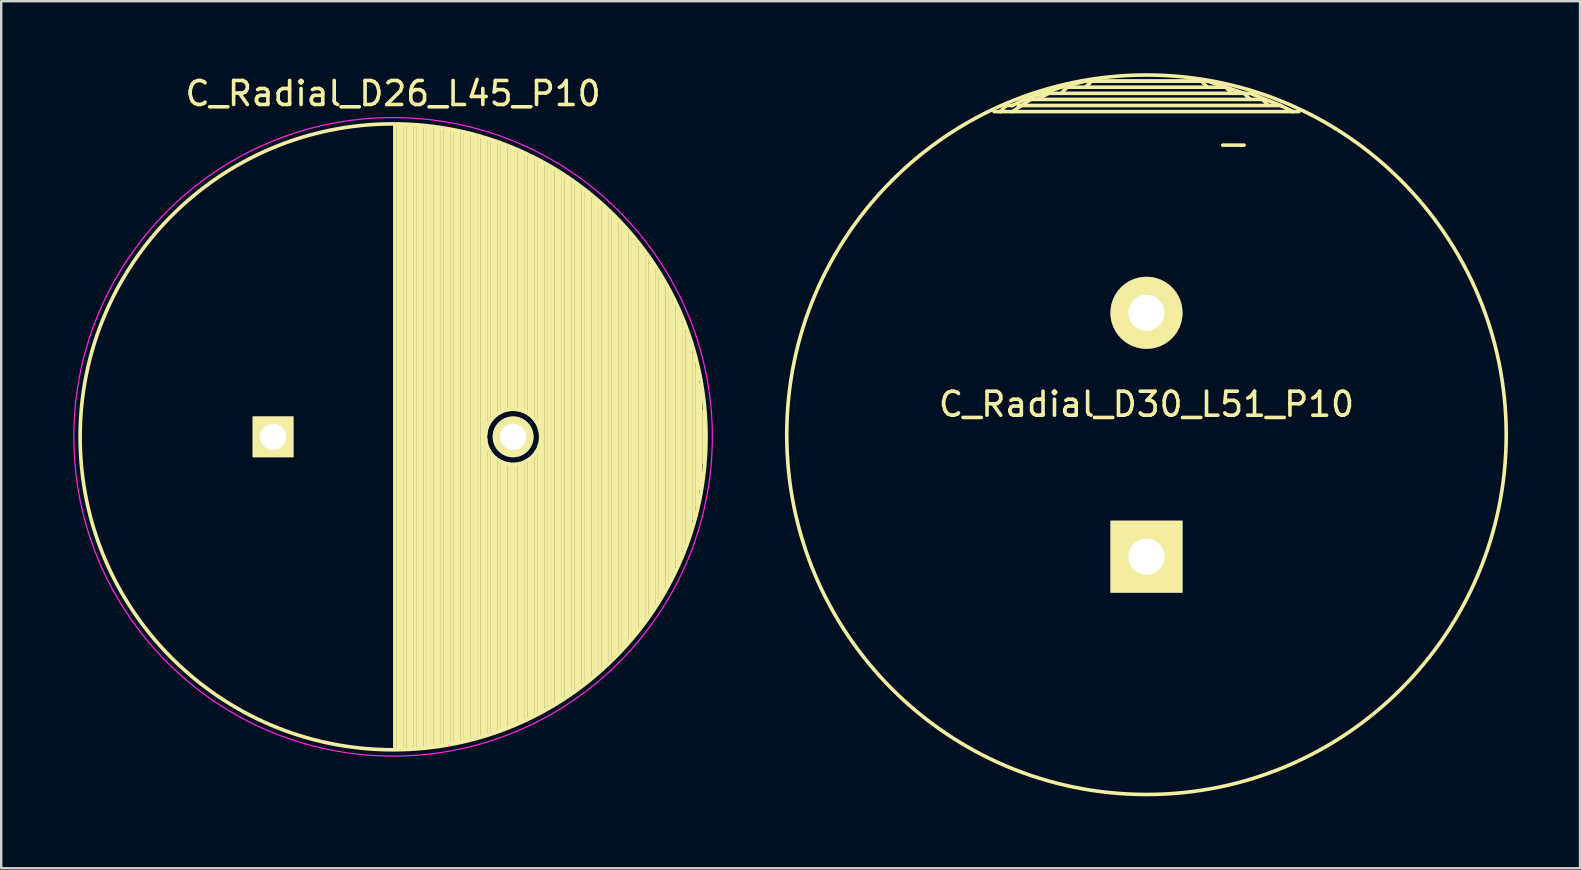
<source format=kicad_pcb>
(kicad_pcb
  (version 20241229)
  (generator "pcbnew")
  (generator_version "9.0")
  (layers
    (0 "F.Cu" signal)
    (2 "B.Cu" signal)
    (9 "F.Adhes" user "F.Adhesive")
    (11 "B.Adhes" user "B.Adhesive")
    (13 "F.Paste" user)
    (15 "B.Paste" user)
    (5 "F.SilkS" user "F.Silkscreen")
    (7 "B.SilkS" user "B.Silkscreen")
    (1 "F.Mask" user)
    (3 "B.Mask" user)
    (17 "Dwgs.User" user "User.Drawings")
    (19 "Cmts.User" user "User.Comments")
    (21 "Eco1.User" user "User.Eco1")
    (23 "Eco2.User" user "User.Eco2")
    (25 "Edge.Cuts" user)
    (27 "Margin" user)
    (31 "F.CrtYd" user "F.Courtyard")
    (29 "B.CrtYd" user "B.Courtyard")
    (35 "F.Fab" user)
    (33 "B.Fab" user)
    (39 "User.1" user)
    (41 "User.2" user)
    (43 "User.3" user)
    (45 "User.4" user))
  (footprint "C_Radial_D30_L51_P10"
    (layer "F.Cu")
    (at 44.711 15.061)
    (property "Reference" "C_Radial_D30_L51_P10" (at 0 -1.27 0) (layer "F.SilkS") (effects (font (size 1 1) (thickness 0.15))))
    (attr through_hole)
    (fp_line (start -6.35 -13.462) (end -6.096 -13.462) (stroke (width 0.15) (type solid)) (layer "F.SilkS"))
    (fp_line (start -6.096 -13.462) (end -5.842 -13.716) (stroke (width 0.15) (type solid)) (layer "F.SilkS"))
    (fp_line (start -5.842 -13.716) (end -5.588 -13.716) (stroke (width 0.15) (type solid)) (layer "F.SilkS"))
    (fp_line (start -5.588 -13.716) (end -5.08 -13.97) (stroke (width 0.15) (type solid)) (layer "F.SilkS"))
    (fp_line (start -5.334 -13.716) (end 5.588 -13.716) (stroke (width 0.15) (type solid)) (layer "F.SilkS"))
    (fp_line (start -5.08 -13.97) (end -3.556 -14.478) (stroke (width 0.15) (type solid)) (layer "F.SilkS"))
    (fp_line (start -4.826 -13.97) (end -5.588 -13.462) (stroke (width 0.15) (type solid)) (layer "F.SilkS"))
    (fp_line (start -4.572 -13.97) (end -4.064 -14.224) (stroke (width 0.15) (type solid)) (layer "F.SilkS"))
    (fp_line (start -4.064 -14.224) (end 4.064 -14.224) (stroke (width 0.15) (type solid)) (layer "F.SilkS"))
    (fp_line (start -3.556 -14.478) (end -2.54 -14.732) (stroke (width 0.15) (type solid)) (layer "F.SilkS"))
    (fp_line (start -3.302 -14.478) (end -3.556 -14.224) (stroke (width 0.15) (type solid)) (layer "F.SilkS"))
    (fp_line (start -2.54 -14.732) (end 2.54 -14.732) (stroke (width 0.15) (type solid)) (layer "F.SilkS"))
    (fp_line (start -2.54 -14.478) (end -2.286 -14.732) (stroke (width 0.15) (type solid)) (layer "F.SilkS"))
    (fp_line (start -2.286 -14.732) (end 2.286 -14.732) (stroke (width 0.15) (type solid)) (layer "F.SilkS"))
    (fp_line (start 2.286 -14.732) (end 2.54 -14.478) (stroke (width 0.15) (type solid)) (layer "F.SilkS"))
    (fp_line (start 2.54 -14.732) (end 4.064 -14.224) (stroke (width 0.15) (type solid)) (layer "F.SilkS"))
    (fp_line (start 3.175 -12.065) (end 4.064 -12.065) (stroke (width 0.15) (type solid)) (layer "F.SilkS"))
    (fp_line (start 3.302 -14.478) (end -3.302 -14.478) (stroke (width 0.15) (type solid)) (layer "F.SilkS"))
    (fp_line (start 3.556 -14.224) (end 3.302 -14.478) (stroke (width 0.15) (type solid)) (layer "F.SilkS"))
    (fp_line (start 4.064 -14.224) (end 4.318 -14.224) (stroke (width 0.15) (type solid)) (layer "F.SilkS"))
    (fp_line (start 4.064 -14.224) (end 4.318 -13.97) (stroke (width 0.15) (type solid)) (layer "F.SilkS"))
    (fp_line (start 4.318 -14.224) (end 5.588 -13.716) (stroke (width 0.15) (type solid)) (layer "F.SilkS"))
    (fp_line (start 4.826 -13.97) (end -4.826 -13.97) (stroke (width 0.15) (type solid)) (layer "F.SilkS"))
    (fp_line (start 5.08 -13.716) (end 4.826 -13.97) (stroke (width 0.15) (type solid)) (layer "F.SilkS"))
    (fp_line (start 5.588 -13.716) (end 6.096 -13.462) (stroke (width 0.15) (type solid)) (layer "F.SilkS"))
    (fp_line (start 6.096 -13.462) (end -6.096 -13.462) (stroke (width 0.15) (type solid)) (layer "F.SilkS"))
    (fp_line (start 6.096 -13.462) (end 6.35 -13.462) (stroke (width 0.15) (type solid)) (layer "F.SilkS"))
    (fp_circle (center 0 0) (end 14.986 0) (stroke (width 0.15) (type solid)) (fill no) (layer "F.SilkS"))
    (pad "1" thru_hole rect (at 0 5.08) (size 3 3) (drill 1.501) (layers "*.Cu" "*.Mask" "F.SilkS"))
    (pad "2" thru_hole circle (at 0 -5.08) (size 3 3) (drill 1.501) (layers "*.Cu" "*.Mask" "F.SilkS")))
  (footprint "C_Radial_D26_L45_P10"
    (layer "F.Cu")
    (at 8.325 15.148)
    (property "Reference" "C_Radial_D26_L45_P10" (at 5 -14.3 0) (layer "F.SilkS") (effects (font (size 1 1) (thickness 0.15))))
    (attr through_hole)
    (fp_line (start 5.075 -13) (end 5.075 13) (stroke (width 0.15) (type solid)) (layer "F.SilkS"))
    (fp_line (start 5.215 -12.998) (end 5.215 12.998) (stroke (width 0.15) (type solid)) (layer "F.SilkS"))
    (fp_line (start 5.355 -12.995) (end 5.355 12.995) (stroke (width 0.15) (type solid)) (layer "F.SilkS"))
    (fp_line (start 5.495 -12.991) (end 5.495 12.991) (stroke (width 0.15) (type solid)) (layer "F.SilkS"))
    (fp_line (start 5.635 -12.984) (end 5.635 12.984) (stroke (width 0.15) (type solid)) (layer "F.SilkS"))
    (fp_line (start 5.775 -12.977) (end 5.775 12.977) (stroke (width 0.15) (type solid)) (layer "F.SilkS"))
    (fp_line (start 5.915 -12.968) (end 5.915 12.968) (stroke (width 0.15) (type solid)) (layer "F.SilkS"))
    (fp_line (start 6.055 -12.957) (end 6.055 12.957) (stroke (width 0.15) (type solid)) (layer "F.SilkS"))
    (fp_line (start 6.195 -12.945) (end 6.195 12.945) (stroke (width 0.15) (type solid)) (layer "F.SilkS"))
    (fp_line (start 6.335 -12.931) (end 6.335 12.931) (stroke (width 0.15) (type solid)) (layer "F.SilkS"))
    (fp_line (start 6.475 -12.916) (end 6.475 12.916) (stroke (width 0.15) (type solid)) (layer "F.SilkS"))
    (fp_line (start 6.615 -12.899) (end 6.615 12.899) (stroke (width 0.15) (type solid)) (layer "F.SilkS"))
    (fp_line (start 6.755 -12.881) (end 6.755 12.881) (stroke (width 0.15) (type solid)) (layer "F.SilkS"))
    (fp_line (start 6.895 -12.861) (end 6.895 12.861) (stroke (width 0.15) (type solid)) (layer "F.SilkS"))
    (fp_line (start 7.035 -12.84) (end 7.035 12.84) (stroke (width 0.15) (type solid)) (layer "F.SilkS"))
    (fp_line (start 7.175 -12.817) (end 7.175 12.817) (stroke (width 0.15) (type solid)) (layer "F.SilkS"))
    (fp_line (start 7.315 -12.792) (end 7.315 12.792) (stroke (width 0.15) (type solid)) (layer "F.SilkS"))
    (fp_line (start 7.455 -12.766) (end 7.455 12.766) (stroke (width 0.15) (type solid)) (layer "F.SilkS"))
    (fp_line (start 7.595 -12.738) (end 7.595 12.738) (stroke (width 0.15) (type solid)) (layer "F.SilkS"))
    (fp_line (start 7.735 -12.709) (end 7.735 12.709) (stroke (width 0.15) (type solid)) (layer "F.SilkS"))
    (fp_line (start 7.875 -12.678) (end 7.875 12.678) (stroke (width 0.15) (type solid)) (layer "F.SilkS"))
    (fp_line (start 8.015 -12.646) (end 8.015 12.646) (stroke (width 0.15) (type solid)) (layer "F.SilkS"))
    (fp_line (start 8.155 -12.611) (end 8.155 12.611) (stroke (width 0.15) (type solid)) (layer "F.SilkS"))
    (fp_line (start 8.295 -12.575) (end 8.295 12.575) (stroke (width 0.15) (type solid)) (layer "F.SilkS"))
    (fp_line (start 8.435 -12.538) (end 8.435 12.538) (stroke (width 0.15) (type solid)) (layer "F.SilkS"))
    (fp_line (start 8.575 -12.499) (end 8.575 12.499) (stroke (width 0.15) (type solid)) (layer "F.SilkS"))
    (fp_line (start 8.715 -12.458) (end 8.715 12.458) (stroke (width 0.15) (type solid)) (layer "F.SilkS"))
    (fp_line (start 8.855 -12.415) (end 8.855 -0.107) (stroke (width 0.15) (type solid)) (layer "F.SilkS"))
    (fp_line (start 8.855 0.107) (end 8.855 12.415) (stroke (width 0.15) (type solid)) (layer "F.SilkS"))
    (fp_line (start 8.995 -12.371) (end 8.995 -0.559) (stroke (width 0.15) (type solid)) (layer "F.SilkS"))
    (fp_line (start 8.995 0.559) (end 8.995 12.371) (stroke (width 0.15) (type solid)) (layer "F.SilkS"))
    (fp_line (start 9.135 -12.325) (end 9.135 -0.758) (stroke (width 0.15) (type solid)) (layer "F.SilkS"))
    (fp_line (start 9.135 0.758) (end 9.135 12.325) (stroke (width 0.15) (type solid)) (layer "F.SilkS"))
    (fp_line (start 9.275 -12.277) (end 9.275 -0.893) (stroke (width 0.15) (type solid)) (layer "F.SilkS"))
    (fp_line (start 9.275 0.893) (end 9.275 12.277) (stroke (width 0.15) (type solid)) (layer "F.SilkS"))
    (fp_line (start 9.415 -12.227) (end 9.415 -0.99) (stroke (width 0.15) (type solid)) (layer "F.SilkS"))
    (fp_line (start 9.415 0.99) (end 9.415 12.227) (stroke (width 0.15) (type solid)) (layer "F.SilkS"))
    (fp_line (start 9.555 -12.176) (end 9.555 -1.06) (stroke (width 0.15) (type solid)) (layer "F.SilkS"))
    (fp_line (start 9.555 1.06) (end 9.555 12.176) (stroke (width 0.15) (type solid)) (layer "F.SilkS"))
    (fp_line (start 9.695 -12.123) (end 9.695 -1.109) (stroke (width 0.15) (type solid)) (layer "F.SilkS"))
    (fp_line (start 9.695 1.109) (end 9.695 12.123) (stroke (width 0.15) (type solid)) (layer "F.SilkS"))
    (fp_line (start 9.835 -12.067) (end 9.835 -1.138) (stroke (width 0.15) (type solid)) (layer "F.SilkS"))
    (fp_line (start 9.835 1.138) (end 9.835 12.067) (stroke (width 0.15) (type solid)) (layer "F.SilkS"))
    (fp_line (start 9.975 -12.01) (end 9.975 -1.15) (stroke (width 0.15) (type solid)) (layer "F.SilkS"))
    (fp_line (start 9.975 1.15) (end 9.975 12.01) (stroke (width 0.15) (type solid)) (layer "F.SilkS"))
    (fp_line (start 10.115 -11.951) (end 10.115 -1.144) (stroke (width 0.15) (type solid)) (layer "F.SilkS"))
    (fp_line (start 10.115 1.144) (end 10.115 11.951) (stroke (width 0.15) (type solid)) (layer "F.SilkS"))
    (fp_line (start 10.255 -11.891) (end 10.255 -1.121) (stroke (width 0.15) (type solid)) (layer "F.SilkS"))
    (fp_line (start 10.255 1.121) (end 10.255 11.891) (stroke (width 0.15) (type solid)) (layer "F.SilkS"))
    (fp_line (start 10.395 -11.828) (end 10.395 -1.08) (stroke (width 0.15) (type solid)) (layer "F.SilkS"))
    (fp_line (start 10.395 1.08) (end 10.395 11.828) (stroke (width 0.15) (type solid)) (layer "F.SilkS"))
    (fp_line (start 10.535 -11.763) (end 10.535 -1.018) (stroke (width 0.15) (type solid)) (layer "F.SilkS"))
    (fp_line (start 10.535 1.018) (end 10.535 11.763) (stroke (width 0.15) (type solid)) (layer "F.SilkS"))
    (fp_line (start 10.675 -11.696) (end 10.675 -0.931) (stroke (width 0.15) (type solid)) (layer "F.SilkS"))
    (fp_line (start 10.675 0.931) (end 10.675 11.696) (stroke (width 0.15) (type solid)) (layer "F.SilkS"))
    (fp_line (start 10.815 -11.627) (end 10.815 -0.811) (stroke (width 0.15) (type solid)) (layer "F.SilkS"))
    (fp_line (start 10.815 0.811) (end 10.815 11.627) (stroke (width 0.15) (type solid)) (layer "F.SilkS"))
    (fp_line (start 10.955 -11.556) (end 10.955 -0.641) (stroke (width 0.15) (type solid)) (layer "F.SilkS"))
    (fp_line (start 10.955 0.641) (end 10.955 11.556) (stroke (width 0.15) (type solid)) (layer "F.SilkS"))
    (fp_line (start 11.095 -11.483) (end 11.095 -0.351) (stroke (width 0.15) (type solid)) (layer "F.SilkS"))
    (fp_line (start 11.095 0.351) (end 11.095 11.483) (stroke (width 0.15) (type solid)) (layer "F.SilkS"))
    (fp_line (start 11.235 -11.407) (end 11.235 11.407) (stroke (width 0.15) (type solid)) (layer "F.SilkS"))
    (fp_line (start 11.375 -11.33) (end 11.375 11.33) (stroke (width 0.15) (type solid)) (layer "F.SilkS"))
    (fp_line (start 11.515 -11.25) (end 11.515 11.25) (stroke (width 0.15) (type solid)) (layer "F.SilkS"))
    (fp_line (start 11.655 -11.167) (end 11.655 11.167) (stroke (width 0.15) (type solid)) (layer "F.SilkS"))
    (fp_line (start 11.795 -11.083) (end 11.795 11.083) (stroke (width 0.15) (type solid)) (layer "F.SilkS"))
    (fp_line (start 11.935 -10.996) (end 11.935 10.996) (stroke (width 0.15) (type solid)) (layer "F.SilkS"))
    (fp_line (start 12.075 -10.906) (end 12.075 10.906) (stroke (width 0.15) (type solid)) (layer "F.SilkS"))
    (fp_line (start 12.215 -10.814) (end 12.215 10.814) (stroke (width 0.15) (type solid)) (layer "F.SilkS"))
    (fp_line (start 12.355 -10.719) (end 12.355 10.719) (stroke (width 0.15) (type solid)) (layer "F.SilkS"))
    (fp_line (start 12.495 -10.622) (end 12.495 10.622) (stroke (width 0.15) (type solid)) (layer "F.SilkS"))
    (fp_line (start 12.635 -10.522) (end 12.635 10.522) (stroke (width 0.15) (type solid)) (layer "F.SilkS"))
    (fp_line (start 12.775 -10.419) (end 12.775 10.419) (stroke (width 0.15) (type solid)) (layer "F.SilkS"))
    (fp_line (start 12.915 -10.313) (end 12.915 10.313) (stroke (width 0.15) (type solid)) (layer "F.SilkS"))
    (fp_line (start 13.055 -10.204) (end 13.055 10.204) (stroke (width 0.15) (type solid)) (layer "F.SilkS"))
    (fp_line (start 13.195 -10.092) (end 13.195 10.092) (stroke (width 0.15) (type solid)) (layer "F.SilkS"))
    (fp_line (start 13.335 -9.976) (end 13.335 9.976) (stroke (width 0.15) (type solid)) (layer "F.SilkS"))
    (fp_line (start 13.475 -9.858) (end 13.475 9.858) (stroke (width 0.15) (type solid)) (layer "F.SilkS"))
    (fp_line (start 13.615 -9.736) (end 13.615 9.736) (stroke (width 0.15) (type solid)) (layer "F.SilkS"))
    (fp_line (start 13.755 -9.61) (end 13.755 9.61) (stroke (width 0.15) (type solid)) (layer "F.SilkS"))
    (fp_line (start 13.895 -9.48) (end 13.895 9.48) (stroke (width 0.15) (type solid)) (layer "F.SilkS"))
    (fp_line (start 14.035 -9.347) (end 14.035 9.347) (stroke (width 0.15) (type solid)) (layer "F.SilkS"))
    (fp_line (start 14.175 -9.21) (end 14.175 9.21) (stroke (width 0.15) (type solid)) (layer "F.SilkS"))
    (fp_line (start 14.315 -9.068) (end 14.315 9.068) (stroke (width 0.15) (type solid)) (layer "F.SilkS"))
    (fp_line (start 14.455 -8.922) (end 14.455 8.922) (stroke (width 0.15) (type solid)) (layer "F.SilkS"))
    (fp_line (start 14.595 -8.771) (end 14.595 8.771) (stroke (width 0.15) (type solid)) (layer "F.SilkS"))
    (fp_line (start 14.735 -8.616) (end 14.735 8.616) (stroke (width 0.15) (type solid)) (layer "F.SilkS"))
    (fp_line (start 14.875 -8.455) (end 14.875 8.455) (stroke (width 0.15) (type solid)) (layer "F.SilkS"))
    (fp_line (start 15.015 -8.289) (end 15.015 8.289) (stroke (width 0.15) (type solid)) (layer "F.SilkS"))
    (fp_line (start 15.155 -8.116) (end 15.155 8.116) (stroke (width 0.15) (type solid)) (layer "F.SilkS"))
    (fp_line (start 15.295 -7.938) (end 15.295 7.938) (stroke (width 0.15) (type solid)) (layer "F.SilkS"))
    (fp_line (start 15.435 -7.753) (end 15.435 7.753) (stroke (width 0.15) (type solid)) (layer "F.SilkS"))
    (fp_line (start 15.575 -7.561) (end 15.575 7.561) (stroke (width 0.15) (type solid)) (layer "F.SilkS"))
    (fp_line (start 15.715 -7.361) (end 15.715 7.361) (stroke (width 0.15) (type solid)) (layer "F.SilkS"))
    (fp_line (start 15.855 -7.153) (end 15.855 7.153) (stroke (width 0.15) (type solid)) (layer "F.SilkS"))
    (fp_line (start 15.995 -6.936) (end 15.995 6.936) (stroke (width 0.15) (type solid)) (layer "F.SilkS"))
    (fp_line (start 16.135 -6.709) (end 16.135 6.709) (stroke (width 0.15) (type solid)) (layer "F.SilkS"))
    (fp_line (start 16.275 -6.471) (end 16.275 6.471) (stroke (width 0.15) (type solid)) (layer "F.SilkS"))
    (fp_line (start 16.415 -6.221) (end 16.415 6.221) (stroke (width 0.15) (type solid)) (layer "F.SilkS"))
    (fp_line (start 16.555 -5.957) (end 16.555 5.957) (stroke (width 0.15) (type solid)) (layer "F.SilkS"))
    (fp_line (start 16.695 -5.677) (end 16.695 5.677) (stroke (width 0.15) (type solid)) (layer "F.SilkS"))
    (fp_line (start 16.835 -5.379) (end 16.835 5.379) (stroke (width 0.15) (type solid)) (layer "F.SilkS"))
    (fp_line (start 16.975 -5.06) (end 16.975 5.06) (stroke (width 0.15) (type solid)) (layer "F.SilkS"))
    (fp_line (start 17.115 -4.715) (end 17.115 4.715) (stroke (width 0.15) (type solid)) (layer "F.SilkS"))
    (fp_line (start 17.255 -4.338) (end 17.255 4.338) (stroke (width 0.15) (type solid)) (layer "F.SilkS"))
    (fp_line (start 17.395 -3.92) (end 17.395 3.92) (stroke (width 0.15) (type solid)) (layer "F.SilkS"))
    (fp_line (start 17.535 -3.446) (end 17.535 3.446) (stroke (width 0.15) (type solid)) (layer "F.SilkS"))
    (fp_line (start 17.675 -2.889) (end 17.675 2.889) (stroke (width 0.15) (type solid)) (layer "F.SilkS"))
    (fp_line (start 17.815 -2.185) (end 17.815 2.185) (stroke (width 0.15) (type solid)) (layer "F.SilkS"))
    (fp_line (start 17.955 -1.081) (end 17.955 1.081) (stroke (width 0.15) (type solid)) (layer "F.SilkS"))
    (fp_circle (center 5 0) (end 5 -13.037) (stroke (width 0.15) (type solid)) (fill no) (layer "F.SilkS"))
    (fp_circle (center 10 0) (end 10 -1.15) (stroke (width 0.15) (type solid)) (fill no) (layer "F.SilkS"))
    (fp_circle (center 5 0) (end 5 -13.3) (stroke (width 0.05) (type solid)) (fill no) (layer "F.CrtYd"))
    (pad "1" thru_hole rect (at 0 0) (size 1.7 1.7) (drill 1.1) (layers "*.Cu" "*.Mask" "F.SilkS"))
    (pad "2" thru_hole circle (at 10 0) (size 1.7 1.7) (drill 1.1) (layers "*.Cu" "*.Mask" "F.SilkS")))
  (gr_rect
    (start -3 -3)
    (end 62.772 33.122)
    (stroke (width 0.1) (type default))
    (fill no)
    (layer "Edge.Cuts")))
</source>
